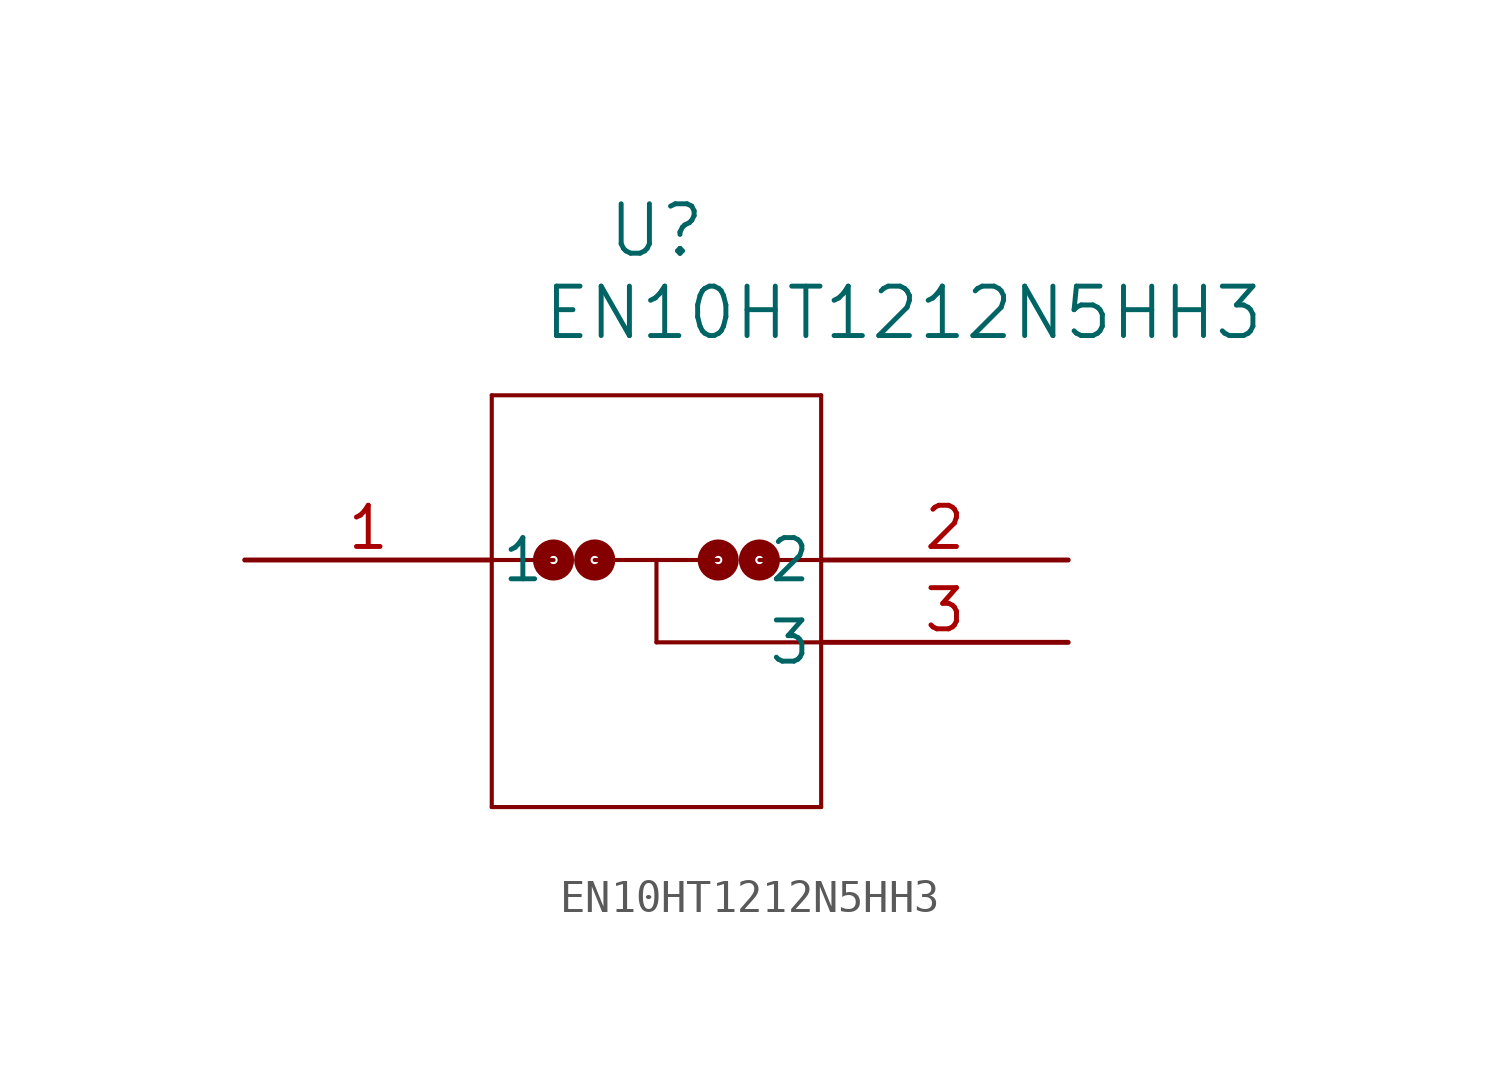
<source format=kicad_sym>
(kicad_symbol_lib
  (version 20211014)
  (generator kicad_symbol_editor)
  (symbol "EN10HT1212N5HH3"
    (pin_names
      (offset 0.254))
    (property "Reference" "U"
      (at 12.7 10.16 0)
      (effects (font (size 1.524 1.524))))
    (property "Value" "EN10HT1212N5HH3"
      (at 20.32 7.62 0)
      (effects (font (size 1.524 1.524))))
    (symbol "EN10HT1212N5HH3_0_1"
      (polyline (pts (xy 7.62 5.08) (xy 7.62 -7.62)) (stroke (width 0.127) (type default) (color 0 0 0 0)) (fill (type none)))
      (polyline (pts (xy 7.62 -7.62) (xy 17.78 -7.62)) (stroke (width 0.127) (type default) (color 0 0 0 0)) (fill (type none)))
      (polyline (pts (xy 17.78 -7.62) (xy 17.78 5.08)) (stroke (width 0.127) (type default) (color 0 0 0 0)) (fill (type none)))
      (polyline (pts (xy 17.78 5.08) (xy 7.62 5.08)) (stroke (width 0.127) (type default) (color 0 0 0 0)) (fill (type none)))
      (polyline (pts (xy 17.78 -2.54) (xy 12.7 -2.54)) (stroke (width 0.127) (type default) (color 0 0 0 0)) (fill (type none)))
      (polyline (pts (xy 12.7 0) (xy 12.7 -2.54)) (stroke (width 0.127) (type default) (color 0 0 0 0)) (fill (type none)))
      (polyline (pts (xy 10.795 0) (xy 14.605 0)) (stroke (width 0.127) (type default) (color 0 0 0 0)) (fill (type none)))
      (polyline (pts (xy 7.62 0) (xy 9.525 0)) (stroke (width 0.127) (type default) (color 0 0 0 0)) (fill (type none)))
      (polyline (pts (xy 15.875 0) (xy 17.78 0)) (stroke (width 0.127) (type default) (color 0 0 0 0)) (fill (type none)))
      (circle (center 15.875 0) (radius 0.127) (stroke (width 0.508) (type default) (color 0 0 0 0)) (fill (type none)))
      (circle (center 14.605 0) (radius 0.127) (stroke (width 0.508) (type default) (color 0 0 0 0)) (fill (type none)))
      (circle (center 9.525 0) (radius 0.127) (stroke (width 0.508) (type default) (color 0 0 0 0)) (fill (type none)))
      (circle (center 10.795 0) (radius 0.127) (stroke (width 0.508) (type default) (color 0 0 0 0)) (fill (type none)))
      (pin unspecified line (at 0 0 0) (length 7.62) (name "1" (effects (font (size 1.27 1.27)))) (number "1" (effects (font (size 1.27 1.27)))))
      (pin unspecified line (at 25.4 0 180) (length 7.62) (name "2" (effects (font (size 1.27 1.27)))) (number "2" (effects (font (size 1.27 1.27)))))
      (pin unspecified line (at 25.4 -2.54 180) (length 7.62) (name "3" (effects (font (size 1.27 1.27)))) (number "3" (effects (font (size 1.27 1.27))))))))
</source>
